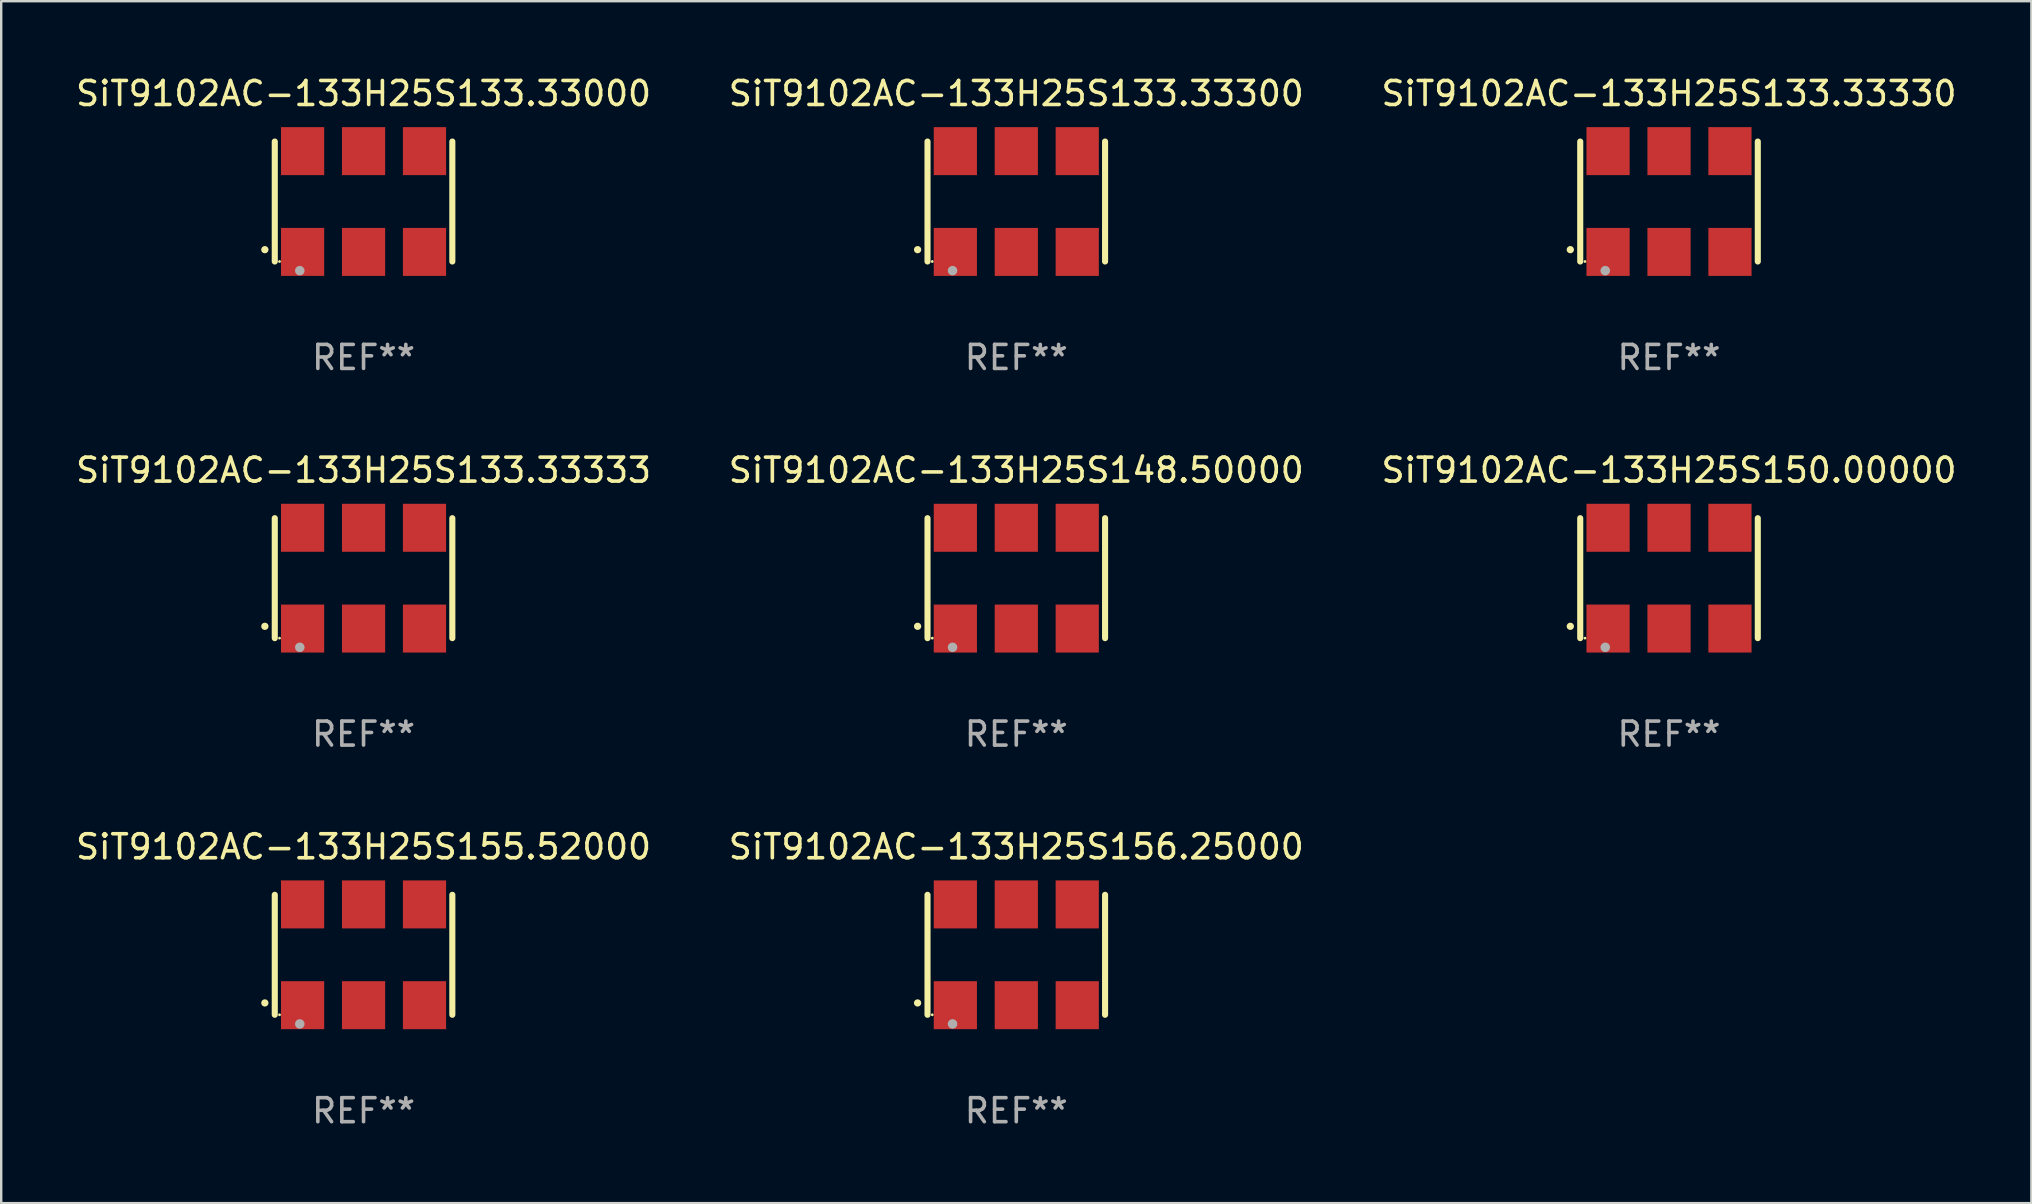
<source format=kicad_pcb>
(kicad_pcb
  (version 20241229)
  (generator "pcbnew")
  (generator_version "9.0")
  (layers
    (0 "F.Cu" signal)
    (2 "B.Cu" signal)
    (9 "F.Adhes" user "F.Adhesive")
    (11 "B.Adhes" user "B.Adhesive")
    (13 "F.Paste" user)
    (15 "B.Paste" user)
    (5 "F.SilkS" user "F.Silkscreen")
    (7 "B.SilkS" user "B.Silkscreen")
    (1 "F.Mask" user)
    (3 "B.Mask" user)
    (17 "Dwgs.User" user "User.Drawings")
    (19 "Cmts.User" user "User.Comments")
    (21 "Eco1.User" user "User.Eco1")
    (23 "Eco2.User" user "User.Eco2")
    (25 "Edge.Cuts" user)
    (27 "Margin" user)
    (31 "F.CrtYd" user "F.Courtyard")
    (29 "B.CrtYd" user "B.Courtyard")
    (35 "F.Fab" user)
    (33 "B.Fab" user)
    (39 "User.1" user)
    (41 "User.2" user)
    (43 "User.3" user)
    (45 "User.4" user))
  (footprint "SiT9102AC-133H25S133.33333"
    (layer "F.Cu")
    (at 12.101 21.045)
    (property "Reference" "SiT9102AC-133H25S133.33333" (at 0 -4.5 0) (layer "F.SilkS") (effects (font (size 1 1) (thickness 0.15))))
    (attr through_hole)
    (fp_line (start -3.7 -2.5) (end -3.7 2.5) (stroke (width 0.254) (type solid)) (layer "F.SilkS"))
    (fp_line (start 3.7 -2.5) (end 3.7 2.5) (stroke (width 0.254) (type solid)) (layer "F.SilkS"))
    (fp_arc (start -4.114415 2.006604) (mid -4.113145 2.006599) (end -4.111875 2.006604) (stroke (width 0.3) (type solid)) (layer "F.SilkS"))
    (fp_circle (center -3.502 2.5) (end -3.472 2.5) (stroke (width 0.06) (type solid)) (fill no) (layer "F.SilkS"))
    (fp_circle (center -2.657 2.882) (end -2.557 2.882) (stroke (width 0.2) (type solid)) (fill no) (layer "F.Fab"))
    (fp_text user "REF**" (at 0 6.5 0) (layer "F.Fab") (effects (font (size 1 1) (thickness 0.15))))
    (pad "1" smd rect (at -2.54 2.1) (size 1.8 2) (layers "F.Cu" "F.Mask" "F.Paste"))
    (pad "2" smd rect (at 0.000394 2.1) (size 1.8 2) (layers "F.Cu" "F.Mask" "F.Paste"))
    (pad "3" smd rect (at 2.54 2.1) (size 1.8 2) (layers "F.Cu" "F.Mask" "F.Paste"))
    (pad "4" smd rect (at 2.54 -2.1) (size 1.8 2) (layers "F.Cu" "F.Mask" "F.Paste"))
    (pad "5" smd rect (at 0.000394 -2.1) (size 1.8 2) (layers "F.Cu" "F.Mask" "F.Paste"))
    (pad "6" smd rect (at -2.54 -2.1) (size 1.8 2) (layers "F.Cu" "F.Mask" "F.Paste")))
  (footprint "SiT9102AC-133H25S150.00000"
    (layer "F.Cu")
    (at 66.506 21.045)
    (property "Reference" "SiT9102AC-133H25S150.00000" (at 0 -4.5 0) (layer "F.SilkS") (effects (font (size 1 1) (thickness 0.15))))
    (attr through_hole)
    (fp_line (start -3.7 -2.5) (end -3.7 2.5) (stroke (width 0.254) (type solid)) (layer "F.SilkS"))
    (fp_line (start 3.7 -2.5) (end 3.7 2.5) (stroke (width 0.254) (type solid)) (layer "F.SilkS"))
    (fp_arc (start -4.114415 2.006604) (mid -4.113145 2.006599) (end -4.111875 2.006604) (stroke (width 0.3) (type solid)) (layer "F.SilkS"))
    (fp_circle (center -3.502 2.5) (end -3.472 2.5) (stroke (width 0.06) (type solid)) (fill no) (layer "F.SilkS"))
    (fp_circle (center -2.657 2.882) (end -2.557 2.882) (stroke (width 0.2) (type solid)) (fill no) (layer "F.Fab"))
    (fp_text user "REF**" (at 0 6.5 0) (layer "F.Fab") (effects (font (size 1 1) (thickness 0.15))))
    (pad "1" smd rect (at -2.54 2.1) (size 1.8 2) (layers "F.Cu" "F.Mask" "F.Paste"))
    (pad "2" smd rect (at 0.000394 2.1) (size 1.8 2) (layers "F.Cu" "F.Mask" "F.Paste"))
    (pad "3" smd rect (at 2.54 2.1) (size 1.8 2) (layers "F.Cu" "F.Mask" "F.Paste"))
    (pad "4" smd rect (at 2.54 -2.1) (size 1.8 2) (layers "F.Cu" "F.Mask" "F.Paste"))
    (pad "5" smd rect (at 0.000394 -2.1) (size 1.8 2) (layers "F.Cu" "F.Mask" "F.Paste"))
    (pad "6" smd rect (at -2.54 -2.1) (size 1.8 2) (layers "F.Cu" "F.Mask" "F.Paste")))
  (footprint "SiT9102AC-133H25S133.33300"
    (layer "F.Cu")
    (at 39.304 5.348)
    (property "Reference" "SiT9102AC-133H25S133.33300" (at 0 -4.5 0) (layer "F.SilkS") (effects (font (size 1 1) (thickness 0.15))))
    (attr through_hole)
    (fp_line (start -3.7 -2.5) (end -3.7 2.5) (stroke (width 0.254) (type solid)) (layer "F.SilkS"))
    (fp_line (start 3.7 -2.5) (end 3.7 2.5) (stroke (width 0.254) (type solid)) (layer "F.SilkS"))
    (fp_arc (start -4.114415 2.006604) (mid -4.113145 2.006599) (end -4.111875 2.006604) (stroke (width 0.3) (type solid)) (layer "F.SilkS"))
    (fp_circle (center -3.502 2.5) (end -3.472 2.5) (stroke (width 0.06) (type solid)) (fill no) (layer "F.SilkS"))
    (fp_circle (center -2.657 2.882) (end -2.557 2.882) (stroke (width 0.2) (type solid)) (fill no) (layer "F.Fab"))
    (fp_text user "REF**" (at 0 6.5 0) (layer "F.Fab") (effects (font (size 1 1) (thickness 0.15))))
    (pad "1" smd rect (at -2.54 2.1) (size 1.8 2) (layers "F.Cu" "F.Mask" "F.Paste"))
    (pad "2" smd rect (at 0.000394 2.1) (size 1.8 2) (layers "F.Cu" "F.Mask" "F.Paste"))
    (pad "3" smd rect (at 2.54 2.1) (size 1.8 2) (layers "F.Cu" "F.Mask" "F.Paste"))
    (pad "4" smd rect (at 2.54 -2.1) (size 1.8 2) (layers "F.Cu" "F.Mask" "F.Paste"))
    (pad "5" smd rect (at 0.000394 -2.1) (size 1.8 2) (layers "F.Cu" "F.Mask" "F.Paste"))
    (pad "6" smd rect (at -2.54 -2.1) (size 1.8 2) (layers "F.Cu" "F.Mask" "F.Paste")))
  (footprint "SiT9102AC-133H25S133.33330"
    (layer "F.Cu")
    (at 66.506 5.348)
    (property "Reference" "SiT9102AC-133H25S133.33330" (at 0 -4.5 0) (layer "F.SilkS") (effects (font (size 1 1) (thickness 0.15))))
    (attr through_hole)
    (fp_line (start -3.7 -2.5) (end -3.7 2.5) (stroke (width 0.254) (type solid)) (layer "F.SilkS"))
    (fp_line (start 3.7 -2.5) (end 3.7 2.5) (stroke (width 0.254) (type solid)) (layer "F.SilkS"))
    (fp_arc (start -4.114415 2.006604) (mid -4.113145 2.006599) (end -4.111875 2.006604) (stroke (width 0.3) (type solid)) (layer "F.SilkS"))
    (fp_circle (center -3.502 2.5) (end -3.472 2.5) (stroke (width 0.06) (type solid)) (fill no) (layer "F.SilkS"))
    (fp_circle (center -2.657 2.882) (end -2.557 2.882) (stroke (width 0.2) (type solid)) (fill no) (layer "F.Fab"))
    (fp_text user "REF**" (at 0 6.5 0) (layer "F.Fab") (effects (font (size 1 1) (thickness 0.15))))
    (pad "1" smd rect (at -2.54 2.1) (size 1.8 2) (layers "F.Cu" "F.Mask" "F.Paste"))
    (pad "2" smd rect (at 0.000394 2.1) (size 1.8 2) (layers "F.Cu" "F.Mask" "F.Paste"))
    (pad "3" smd rect (at 2.54 2.1) (size 1.8 2) (layers "F.Cu" "F.Mask" "F.Paste"))
    (pad "4" smd rect (at 2.54 -2.1) (size 1.8 2) (layers "F.Cu" "F.Mask" "F.Paste"))
    (pad "5" smd rect (at 0.000394 -2.1) (size 1.8 2) (layers "F.Cu" "F.Mask" "F.Paste"))
    (pad "6" smd rect (at -2.54 -2.1) (size 1.8 2) (layers "F.Cu" "F.Mask" "F.Paste")))
  (footprint "SiT9102AC-133H25S156.25000"
    (layer "F.Cu")
    (at 39.304 36.741)
    (property "Reference" "SiT9102AC-133H25S156.25000" (at 0 -4.5 0) (layer "F.SilkS") (effects (font (size 1 1) (thickness 0.15))))
    (attr through_hole)
    (fp_line (start -3.7 -2.5) (end -3.7 2.5) (stroke (width 0.254) (type solid)) (layer "F.SilkS"))
    (fp_line (start 3.7 -2.5) (end 3.7 2.5) (stroke (width 0.254) (type solid)) (layer "F.SilkS"))
    (fp_arc (start -4.114415 2.006604) (mid -4.113145 2.006599) (end -4.111875 2.006604) (stroke (width 0.3) (type solid)) (layer "F.SilkS"))
    (fp_circle (center -3.502 2.5) (end -3.472 2.5) (stroke (width 0.06) (type solid)) (fill no) (layer "F.SilkS"))
    (fp_circle (center -2.657 2.882) (end -2.557 2.882) (stroke (width 0.2) (type solid)) (fill no) (layer "F.Fab"))
    (fp_text user "REF**" (at 0 6.5 0) (layer "F.Fab") (effects (font (size 1 1) (thickness 0.15))))
    (pad "1" smd rect (at -2.54 2.1) (size 1.8 2) (layers "F.Cu" "F.Mask" "F.Paste"))
    (pad "2" smd rect (at 0.000394 2.1) (size 1.8 2) (layers "F.Cu" "F.Mask" "F.Paste"))
    (pad "3" smd rect (at 2.54 2.1) (size 1.8 2) (layers "F.Cu" "F.Mask" "F.Paste"))
    (pad "4" smd rect (at 2.54 -2.1) (size 1.8 2) (layers "F.Cu" "F.Mask" "F.Paste"))
    (pad "5" smd rect (at 0.000394 -2.1) (size 1.8 2) (layers "F.Cu" "F.Mask" "F.Paste"))
    (pad "6" smd rect (at -2.54 -2.1) (size 1.8 2) (layers "F.Cu" "F.Mask" "F.Paste")))
  (footprint "SiT9102AC-133H25S133.33000"
    (layer "F.Cu")
    (at 12.101 5.348)
    (property "Reference" "SiT9102AC-133H25S133.33000" (at 0 -4.5 0) (layer "F.SilkS") (effects (font (size 1 1) (thickness 0.15))))
    (attr through_hole)
    (fp_line (start -3.7 -2.5) (end -3.7 2.5) (stroke (width 0.254) (type solid)) (layer "F.SilkS"))
    (fp_line (start 3.7 -2.5) (end 3.7 2.5) (stroke (width 0.254) (type solid)) (layer "F.SilkS"))
    (fp_arc (start -4.114415 2.006604) (mid -4.113145 2.006599) (end -4.111875 2.006604) (stroke (width 0.3) (type solid)) (layer "F.SilkS"))
    (fp_circle (center -3.502 2.5) (end -3.472 2.5) (stroke (width 0.06) (type solid)) (fill no) (layer "F.SilkS"))
    (fp_circle (center -2.657 2.882) (end -2.557 2.882) (stroke (width 0.2) (type solid)) (fill no) (layer "F.Fab"))
    (fp_text user "REF**" (at 0 6.5 0) (layer "F.Fab") (effects (font (size 1 1) (thickness 0.15))))
    (pad "1" smd rect (at -2.54 2.1) (size 1.8 2) (layers "F.Cu" "F.Mask" "F.Paste"))
    (pad "2" smd rect (at 0.000394 2.1) (size 1.8 2) (layers "F.Cu" "F.Mask" "F.Paste"))
    (pad "3" smd rect (at 2.54 2.1) (size 1.8 2) (layers "F.Cu" "F.Mask" "F.Paste"))
    (pad "4" smd rect (at 2.54 -2.1) (size 1.8 2) (layers "F.Cu" "F.Mask" "F.Paste"))
    (pad "5" smd rect (at 0.000394 -2.1) (size 1.8 2) (layers "F.Cu" "F.Mask" "F.Paste"))
    (pad "6" smd rect (at -2.54 -2.1) (size 1.8 2) (layers "F.Cu" "F.Mask" "F.Paste")))
  (footprint "SiT9102AC-133H25S148.50000"
    (layer "F.Cu")
    (at 39.304 21.045)
    (property "Reference" "SiT9102AC-133H25S148.50000" (at 0 -4.5 0) (layer "F.SilkS") (effects (font (size 1 1) (thickness 0.15))))
    (attr through_hole)
    (fp_line (start -3.7 -2.5) (end -3.7 2.5) (stroke (width 0.254) (type solid)) (layer "F.SilkS"))
    (fp_line (start 3.7 -2.5) (end 3.7 2.5) (stroke (width 0.254) (type solid)) (layer "F.SilkS"))
    (fp_arc (start -4.114415 2.006604) (mid -4.113145 2.006599) (end -4.111875 2.006604) (stroke (width 0.3) (type solid)) (layer "F.SilkS"))
    (fp_circle (center -3.502 2.5) (end -3.472 2.5) (stroke (width 0.06) (type solid)) (fill no) (layer "F.SilkS"))
    (fp_circle (center -2.657 2.882) (end -2.557 2.882) (stroke (width 0.2) (type solid)) (fill no) (layer "F.Fab"))
    (fp_text user "REF**" (at 0 6.5 0) (layer "F.Fab") (effects (font (size 1 1) (thickness 0.15))))
    (pad "1" smd rect (at -2.54 2.1) (size 1.8 2) (layers "F.Cu" "F.Mask" "F.Paste"))
    (pad "2" smd rect (at 0.000394 2.1) (size 1.8 2) (layers "F.Cu" "F.Mask" "F.Paste"))
    (pad "3" smd rect (at 2.54 2.1) (size 1.8 2) (layers "F.Cu" "F.Mask" "F.Paste"))
    (pad "4" smd rect (at 2.54 -2.1) (size 1.8 2) (layers "F.Cu" "F.Mask" "F.Paste"))
    (pad "5" smd rect (at 0.000394 -2.1) (size 1.8 2) (layers "F.Cu" "F.Mask" "F.Paste"))
    (pad "6" smd rect (at -2.54 -2.1) (size 1.8 2) (layers "F.Cu" "F.Mask" "F.Paste")))
  (footprint "SiT9102AC-133H25S155.52000"
    (layer "F.Cu")
    (at 12.101 36.741)
    (property "Reference" "SiT9102AC-133H25S155.52000" (at 0 -4.5 0) (layer "F.SilkS") (effects (font (size 1 1) (thickness 0.15))))
    (attr through_hole)
    (fp_line (start -3.7 -2.5) (end -3.7 2.5) (stroke (width 0.254) (type solid)) (layer "F.SilkS"))
    (fp_line (start 3.7 -2.5) (end 3.7 2.5) (stroke (width 0.254) (type solid)) (layer "F.SilkS"))
    (fp_arc (start -4.114415 2.006604) (mid -4.113145 2.006599) (end -4.111875 2.006604) (stroke (width 0.3) (type solid)) (layer "F.SilkS"))
    (fp_circle (center -3.502 2.5) (end -3.472 2.5) (stroke (width 0.06) (type solid)) (fill no) (layer "F.SilkS"))
    (fp_circle (center -2.657 2.882) (end -2.557 2.882) (stroke (width 0.2) (type solid)) (fill no) (layer "F.Fab"))
    (fp_text user "REF**" (at 0 6.5 0) (layer "F.Fab") (effects (font (size 1 1) (thickness 0.15))))
    (pad "1" smd rect (at -2.54 2.1) (size 1.8 2) (layers "F.Cu" "F.Mask" "F.Paste"))
    (pad "2" smd rect (at 0.000394 2.1) (size 1.8 2) (layers "F.Cu" "F.Mask" "F.Paste"))
    (pad "3" smd rect (at 2.54 2.1) (size 1.8 2) (layers "F.Cu" "F.Mask" "F.Paste"))
    (pad "4" smd rect (at 2.54 -2.1) (size 1.8 2) (layers "F.Cu" "F.Mask" "F.Paste"))
    (pad "5" smd rect (at 0.000394 -2.1) (size 1.8 2) (layers "F.Cu" "F.Mask" "F.Paste"))
    (pad "6" smd rect (at -2.54 -2.1) (size 1.8 2) (layers "F.Cu" "F.Mask" "F.Paste")))
  (gr_rect
    (start -3 -3)
    (end 81.607 47.09)
    (stroke (width 0.1) (type default))
    (fill no)
    (layer "Edge.Cuts")))
</source>
